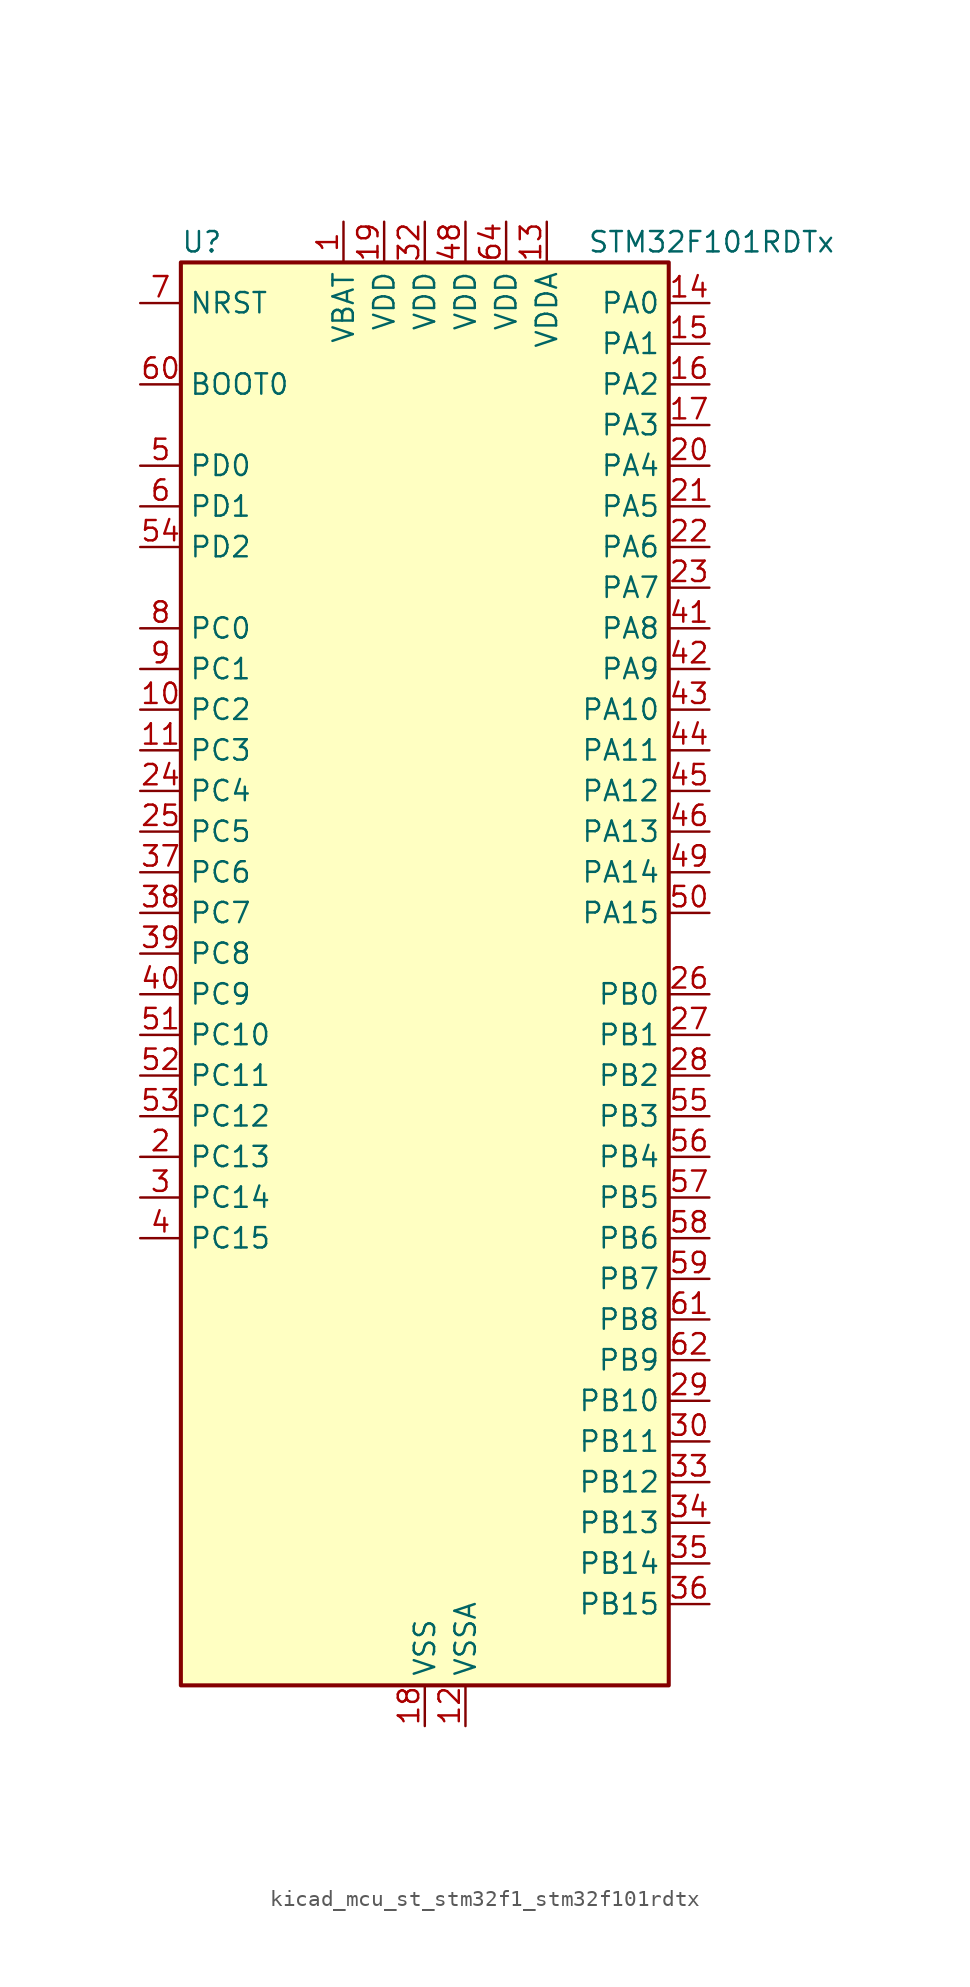
<source format=kicad_sym>
(kicad_symbol_lib
  (version 20220914)
  (generator kicad_symbol_editor)
  (symbol "kicad_mcu_st_stm32f1_stm32f101rdtx"
    (property "Reference" "U"
      (at -15.24 46.99 0)
      (effects (font (size 1.27 1.27)) (justify left)))
    (property "Value" "STM32F101RDTx"
      (at 10.16 46.99 0)
      (effects (font (size 1.27 1.27)) (justify left)))
    (property "ki_locked" ""
      (at 0 0 0)
      (effects (font (size 1.27 1.27))))
    (symbol "kicad_mcu_st_stm32f1_stm32f101rdtx_0_1"
      (rectangle (start -15.24 -43.18) (end 15.24 45.72) (stroke (width 0.254) (type default)) (fill (type background))))
    (symbol "kicad_mcu_st_stm32f1_stm32f101rdtx_1_1"
      (pin power_in line (at -5.08 48.26 270) (length 2.54) (name "VBAT" (effects (font (size 1.27 1.27)))) (number "1" (effects (font (size 1.27 1.27)))))
      (pin bidirectional line (at -17.78 17.78 0) (length 2.54) (name "PC2" (effects (font (size 1.27 1.27)))) (number "10" (effects (font (size 1.27 1.27)))) (alternate "ADC1_IN12" bidirectional line))
      (pin bidirectional line (at -17.78 15.24 0) (length 2.54) (name "PC3" (effects (font (size 1.27 1.27)))) (number "11" (effects (font (size 1.27 1.27)))) (alternate "ADC1_IN13" bidirectional line))
      (pin power_in line (at 2.54 -45.72 90) (length 2.54) (name "VSSA" (effects (font (size 1.27 1.27)))) (number "12" (effects (font (size 1.27 1.27)))))
      (pin power_in line (at 7.62 48.26 270) (length 2.54) (name "VDDA" (effects (font (size 1.27 1.27)))) (number "13" (effects (font (size 1.27 1.27)))))
      (pin bidirectional line (at 17.78 43.18 180) (length 2.54) (name "PA0" (effects (font (size 1.27 1.27)))) (number "14" (effects (font (size 1.27 1.27)))) (alternate "ADC1_IN0" bidirectional line) (alternate "SYS_WKUP" bidirectional line) (alternate "TIM2_CH1" bidirectional line) (alternate "TIM2_ETR" bidirectional line) (alternate "TIM5_CH1" bidirectional line) (alternate "USART2_CTS" bidirectional line))
      (pin bidirectional line (at 17.78 40.64 180) (length 2.54) (name "PA1" (effects (font (size 1.27 1.27)))) (number "15" (effects (font (size 1.27 1.27)))) (alternate "ADC1_IN1" bidirectional line) (alternate "TIM2_CH2" bidirectional line) (alternate "TIM5_CH2" bidirectional line) (alternate "USART2_RTS" bidirectional line))
      (pin bidirectional line (at 17.78 38.1 180) (length 2.54) (name "PA2" (effects (font (size 1.27 1.27)))) (number "16" (effects (font (size 1.27 1.27)))) (alternate "ADC1_IN2" bidirectional line) (alternate "TIM2_CH3" bidirectional line) (alternate "TIM5_CH3" bidirectional line) (alternate "USART2_TX" bidirectional line))
      (pin bidirectional line (at 17.78 35.56 180) (length 2.54) (name "PA3" (effects (font (size 1.27 1.27)))) (number "17" (effects (font (size 1.27 1.27)))) (alternate "ADC1_IN3" bidirectional line) (alternate "TIM2_CH4" bidirectional line) (alternate "TIM5_CH4" bidirectional line) (alternate "USART2_RX" bidirectional line))
      (pin power_in line (at 0 -45.72 90) (length 2.54) (name "VSS" (effects (font (size 1.27 1.27)))) (number "18" (effects (font (size 1.27 1.27)))))
      (pin power_in line (at -2.54 48.26 270) (length 2.54) (name "VDD" (effects (font (size 1.27 1.27)))) (number "19" (effects (font (size 1.27 1.27)))))
      (pin bidirectional line (at -17.78 -10.16 0) (length 2.54) (name "PC13" (effects (font (size 1.27 1.27)))) (number "2" (effects (font (size 1.27 1.27)))) (alternate "RTC_OUT" bidirectional line) (alternate "RTC_TAMPER" bidirectional line))
      (pin bidirectional line (at 17.78 33.02 180) (length 2.54) (name "PA4" (effects (font (size 1.27 1.27)))) (number "20" (effects (font (size 1.27 1.27)))) (alternate "ADC1_IN4" bidirectional line) (alternate "DAC_OUT1" bidirectional line) (alternate "SPI1_NSS" bidirectional line) (alternate "USART2_CK" bidirectional line))
      (pin bidirectional line (at 17.78 30.48 180) (length 2.54) (name "PA5" (effects (font (size 1.27 1.27)))) (number "21" (effects (font (size 1.27 1.27)))) (alternate "ADC1_IN5" bidirectional line) (alternate "DAC_OUT2" bidirectional line) (alternate "SPI1_SCK" bidirectional line))
      (pin bidirectional line (at 17.78 27.94 180) (length 2.54) (name "PA6" (effects (font (size 1.27 1.27)))) (number "22" (effects (font (size 1.27 1.27)))) (alternate "ADC1_IN6" bidirectional line) (alternate "SPI1_MISO" bidirectional line) (alternate "TIM3_CH1" bidirectional line))
      (pin bidirectional line (at 17.78 25.4 180) (length 2.54) (name "PA7" (effects (font (size 1.27 1.27)))) (number "23" (effects (font (size 1.27 1.27)))) (alternate "ADC1_IN7" bidirectional line) (alternate "SPI1_MOSI" bidirectional line) (alternate "TIM3_CH2" bidirectional line))
      (pin bidirectional line (at -17.78 12.7 0) (length 2.54) (name "PC4" (effects (font (size 1.27 1.27)))) (number "24" (effects (font (size 1.27 1.27)))) (alternate "ADC1_IN14" bidirectional line))
      (pin bidirectional line (at -17.78 10.16 0) (length 2.54) (name "PC5" (effects (font (size 1.27 1.27)))) (number "25" (effects (font (size 1.27 1.27)))) (alternate "ADC1_IN15" bidirectional line))
      (pin bidirectional line (at 17.78 0 180) (length 2.54) (name "PB0" (effects (font (size 1.27 1.27)))) (number "26" (effects (font (size 1.27 1.27)))) (alternate "ADC1_IN8" bidirectional line) (alternate "TIM3_CH3" bidirectional line))
      (pin bidirectional line (at 17.78 -2.54 180) (length 2.54) (name "PB1" (effects (font (size 1.27 1.27)))) (number "27" (effects (font (size 1.27 1.27)))) (alternate "ADC1_IN9" bidirectional line) (alternate "TIM3_CH4" bidirectional line))
      (pin bidirectional line (at 17.78 -5.08 180) (length 2.54) (name "PB2" (effects (font (size 1.27 1.27)))) (number "28" (effects (font (size 1.27 1.27)))))
      (pin bidirectional line (at 17.78 -25.4 180) (length 2.54) (name "PB10" (effects (font (size 1.27 1.27)))) (number "29" (effects (font (size 1.27 1.27)))) (alternate "I2C2_SCL" bidirectional line) (alternate "TIM2_CH3" bidirectional line) (alternate "USART3_TX" bidirectional line))
      (pin bidirectional line (at -17.78 -12.7 0) (length 2.54) (name "PC14" (effects (font (size 1.27 1.27)))) (number "3" (effects (font (size 1.27 1.27)))) (alternate "RCC_OSC32_IN" bidirectional line))
      (pin bidirectional line (at 17.78 -27.94 180) (length 2.54) (name "PB11" (effects (font (size 1.27 1.27)))) (number "30" (effects (font (size 1.27 1.27)))) (alternate "ADC1_EXTI11" bidirectional line) (alternate "I2C2_SDA" bidirectional line) (alternate "TIM2_CH4" bidirectional line) (alternate "USART3_RX" bidirectional line))
      (pin passive line (at 0 -45.72 90) (length 2.54) hide (name "VSS" (effects (font (size 1.27 1.27)))) (number "31" (effects (font (size 1.27 1.27)))))
      (pin power_in line (at 0 48.26 270) (length 2.54) (name "VDD" (effects (font (size 1.27 1.27)))) (number "32" (effects (font (size 1.27 1.27)))))
      (pin bidirectional line (at 17.78 -30.48 180) (length 2.54) (name "PB12" (effects (font (size 1.27 1.27)))) (number "33" (effects (font (size 1.27 1.27)))) (alternate "I2C2_SMBA" bidirectional line) (alternate "SPI2_NSS" bidirectional line) (alternate "USART3_CK" bidirectional line))
      (pin bidirectional line (at 17.78 -33.02 180) (length 2.54) (name "PB13" (effects (font (size 1.27 1.27)))) (number "34" (effects (font (size 1.27 1.27)))) (alternate "SPI2_SCK" bidirectional line) (alternate "USART3_CTS" bidirectional line))
      (pin bidirectional line (at 17.78 -35.56 180) (length 2.54) (name "PB14" (effects (font (size 1.27 1.27)))) (number "35" (effects (font (size 1.27 1.27)))) (alternate "SPI2_MISO" bidirectional line) (alternate "USART3_RTS" bidirectional line))
      (pin bidirectional line (at 17.78 -38.1 180) (length 2.54) (name "PB15" (effects (font (size 1.27 1.27)))) (number "36" (effects (font (size 1.27 1.27)))) (alternate "ADC1_EXTI15" bidirectional line) (alternate "SPI2_MOSI" bidirectional line))
      (pin bidirectional line (at -17.78 7.62 0) (length 2.54) (name "PC6" (effects (font (size 1.27 1.27)))) (number "37" (effects (font (size 1.27 1.27)))) (alternate "TIM3_CH1" bidirectional line))
      (pin bidirectional line (at -17.78 5.08 0) (length 2.54) (name "PC7" (effects (font (size 1.27 1.27)))) (number "38" (effects (font (size 1.27 1.27)))) (alternate "TIM3_CH2" bidirectional line))
      (pin bidirectional line (at -17.78 2.54 0) (length 2.54) (name "PC8" (effects (font (size 1.27 1.27)))) (number "39" (effects (font (size 1.27 1.27)))) (alternate "TIM3_CH3" bidirectional line))
      (pin bidirectional line (at -17.78 -15.24 0) (length 2.54) (name "PC15" (effects (font (size 1.27 1.27)))) (number "4" (effects (font (size 1.27 1.27)))) (alternate "ADC1_EXTI15" bidirectional line) (alternate "RCC_OSC32_OUT" bidirectional line))
      (pin bidirectional line (at -17.78 0 0) (length 2.54) (name "PC9" (effects (font (size 1.27 1.27)))) (number "40" (effects (font (size 1.27 1.27)))) (alternate "DAC_EXTI9" bidirectional line) (alternate "TIM3_CH4" bidirectional line))
      (pin bidirectional line (at 17.78 22.86 180) (length 2.54) (name "PA8" (effects (font (size 1.27 1.27)))) (number "41" (effects (font (size 1.27 1.27)))) (alternate "RCC_MCO" bidirectional line) (alternate "USART1_CK" bidirectional line))
      (pin bidirectional line (at 17.78 20.32 180) (length 2.54) (name "PA9" (effects (font (size 1.27 1.27)))) (number "42" (effects (font (size 1.27 1.27)))) (alternate "DAC_EXTI9" bidirectional line) (alternate "USART1_TX" bidirectional line))
      (pin bidirectional line (at 17.78 17.78 180) (length 2.54) (name "PA10" (effects (font (size 1.27 1.27)))) (number "43" (effects (font (size 1.27 1.27)))) (alternate "USART1_RX" bidirectional line))
      (pin bidirectional line (at 17.78 15.24 180) (length 2.54) (name "PA11" (effects (font (size 1.27 1.27)))) (number "44" (effects (font (size 1.27 1.27)))) (alternate "ADC1_EXTI11" bidirectional line) (alternate "USART1_CTS" bidirectional line))
      (pin bidirectional line (at 17.78 12.7 180) (length 2.54) (name "PA12" (effects (font (size 1.27 1.27)))) (number "45" (effects (font (size 1.27 1.27)))) (alternate "USART1_RTS" bidirectional line))
      (pin bidirectional line (at 17.78 10.16 180) (length 2.54) (name "PA13" (effects (font (size 1.27 1.27)))) (number "46" (effects (font (size 1.27 1.27)))) (alternate "SYS_JTMS-SWDIO" bidirectional line))
      (pin passive line (at 0 -45.72 90) (length 2.54) hide (name "VSS" (effects (font (size 1.27 1.27)))) (number "47" (effects (font (size 1.27 1.27)))))
      (pin power_in line (at 2.54 48.26 270) (length 2.54) (name "VDD" (effects (font (size 1.27 1.27)))) (number "48" (effects (font (size 1.27 1.27)))))
      (pin bidirectional line (at 17.78 7.62 180) (length 2.54) (name "PA14" (effects (font (size 1.27 1.27)))) (number "49" (effects (font (size 1.27 1.27)))) (alternate "SYS_JTCK-SWCLK" bidirectional line))
      (pin bidirectional line (at -17.78 33.02 0) (length 2.54) (name "PD0" (effects (font (size 1.27 1.27)))) (number "5" (effects (font (size 1.27 1.27)))) (alternate "RCC_OSC_IN" bidirectional line))
      (pin bidirectional line (at 17.78 5.08 180) (length 2.54) (name "PA15" (effects (font (size 1.27 1.27)))) (number "50" (effects (font (size 1.27 1.27)))) (alternate "ADC1_EXTI15" bidirectional line) (alternate "SPI1_NSS" bidirectional line) (alternate "SPI3_NSS" bidirectional line) (alternate "SYS_JTDI" bidirectional line) (alternate "TIM2_CH1" bidirectional line) (alternate "TIM2_ETR" bidirectional line))
      (pin bidirectional line (at -17.78 -2.54 0) (length 2.54) (name "PC10" (effects (font (size 1.27 1.27)))) (number "51" (effects (font (size 1.27 1.27)))) (alternate "UART4_TX" bidirectional line) (alternate "USART3_TX" bidirectional line))
      (pin bidirectional line (at -17.78 -5.08 0) (length 2.54) (name "PC11" (effects (font (size 1.27 1.27)))) (number "52" (effects (font (size 1.27 1.27)))) (alternate "ADC1_EXTI11" bidirectional line) (alternate "UART4_RX" bidirectional line) (alternate "USART3_RX" bidirectional line))
      (pin bidirectional line (at -17.78 -7.62 0) (length 2.54) (name "PC12" (effects (font (size 1.27 1.27)))) (number "53" (effects (font (size 1.27 1.27)))) (alternate "UART5_TX" bidirectional line) (alternate "USART3_CK" bidirectional line))
      (pin bidirectional line (at -17.78 27.94 0) (length 2.54) (name "PD2" (effects (font (size 1.27 1.27)))) (number "54" (effects (font (size 1.27 1.27)))) (alternate "TIM3_ETR" bidirectional line) (alternate "UART5_RX" bidirectional line))
      (pin bidirectional line (at 17.78 -7.62 180) (length 2.54) (name "PB3" (effects (font (size 1.27 1.27)))) (number "55" (effects (font (size 1.27 1.27)))) (alternate "SPI1_SCK" bidirectional line) (alternate "SPI3_SCK" bidirectional line) (alternate "SYS_JTDO-TRACESWO" bidirectional line) (alternate "TIM2_CH2" bidirectional line))
      (pin bidirectional line (at 17.78 -10.16 180) (length 2.54) (name "PB4" (effects (font (size 1.27 1.27)))) (number "56" (effects (font (size 1.27 1.27)))) (alternate "SPI1_MISO" bidirectional line) (alternate "SPI3_MISO" bidirectional line) (alternate "SYS_NJTRST" bidirectional line) (alternate "TIM3_CH1" bidirectional line))
      (pin bidirectional line (at 17.78 -12.7 180) (length 2.54) (name "PB5" (effects (font (size 1.27 1.27)))) (number "57" (effects (font (size 1.27 1.27)))) (alternate "I2C1_SMBA" bidirectional line) (alternate "SPI1_MOSI" bidirectional line) (alternate "SPI3_MOSI" bidirectional line) (alternate "TIM3_CH2" bidirectional line))
      (pin bidirectional line (at 17.78 -15.24 180) (length 2.54) (name "PB6" (effects (font (size 1.27 1.27)))) (number "58" (effects (font (size 1.27 1.27)))) (alternate "I2C1_SCL" bidirectional line) (alternate "TIM4_CH1" bidirectional line) (alternate "USART1_TX" bidirectional line))
      (pin bidirectional line (at 17.78 -17.78 180) (length 2.54) (name "PB7" (effects (font (size 1.27 1.27)))) (number "59" (effects (font (size 1.27 1.27)))) (alternate "I2C1_SDA" bidirectional line) (alternate "TIM4_CH2" bidirectional line) (alternate "USART1_RX" bidirectional line))
      (pin bidirectional line (at -17.78 30.48 0) (length 2.54) (name "PD1" (effects (font (size 1.27 1.27)))) (number "6" (effects (font (size 1.27 1.27)))) (alternate "RCC_OSC_OUT" bidirectional line))
      (pin input line (at -17.78 38.1 0) (length 2.54) (name "BOOT0" (effects (font (size 1.27 1.27)))) (number "60" (effects (font (size 1.27 1.27)))))
      (pin bidirectional line (at 17.78 -20.32 180) (length 2.54) (name "PB8" (effects (font (size 1.27 1.27)))) (number "61" (effects (font (size 1.27 1.27)))) (alternate "I2C1_SCL" bidirectional line) (alternate "TIM4_CH3" bidirectional line))
      (pin bidirectional line (at 17.78 -22.86 180) (length 2.54) (name "PB9" (effects (font (size 1.27 1.27)))) (number "62" (effects (font (size 1.27 1.27)))) (alternate "DAC_EXTI9" bidirectional line) (alternate "I2C1_SDA" bidirectional line) (alternate "TIM4_CH4" bidirectional line))
      (pin passive line (at 0 -45.72 90) (length 2.54) hide (name "VSS" (effects (font (size 1.27 1.27)))) (number "63" (effects (font (size 1.27 1.27)))))
      (pin power_in line (at 5.08 48.26 270) (length 2.54) (name "VDD" (effects (font (size 1.27 1.27)))) (number "64" (effects (font (size 1.27 1.27)))))
      (pin input line (at -17.78 43.18 0) (length 2.54) (name "NRST" (effects (font (size 1.27 1.27)))) (number "7" (effects (font (size 1.27 1.27)))))
      (pin bidirectional line (at -17.78 22.86 0) (length 2.54) (name "PC0" (effects (font (size 1.27 1.27)))) (number "8" (effects (font (size 1.27 1.27)))) (alternate "ADC1_IN10" bidirectional line))
      (pin bidirectional line (at -17.78 20.32 0) (length 2.54) (name "PC1" (effects (font (size 1.27 1.27)))) (number "9" (effects (font (size 1.27 1.27)))) (alternate "ADC1_IN11" bidirectional line)))))
</source>
